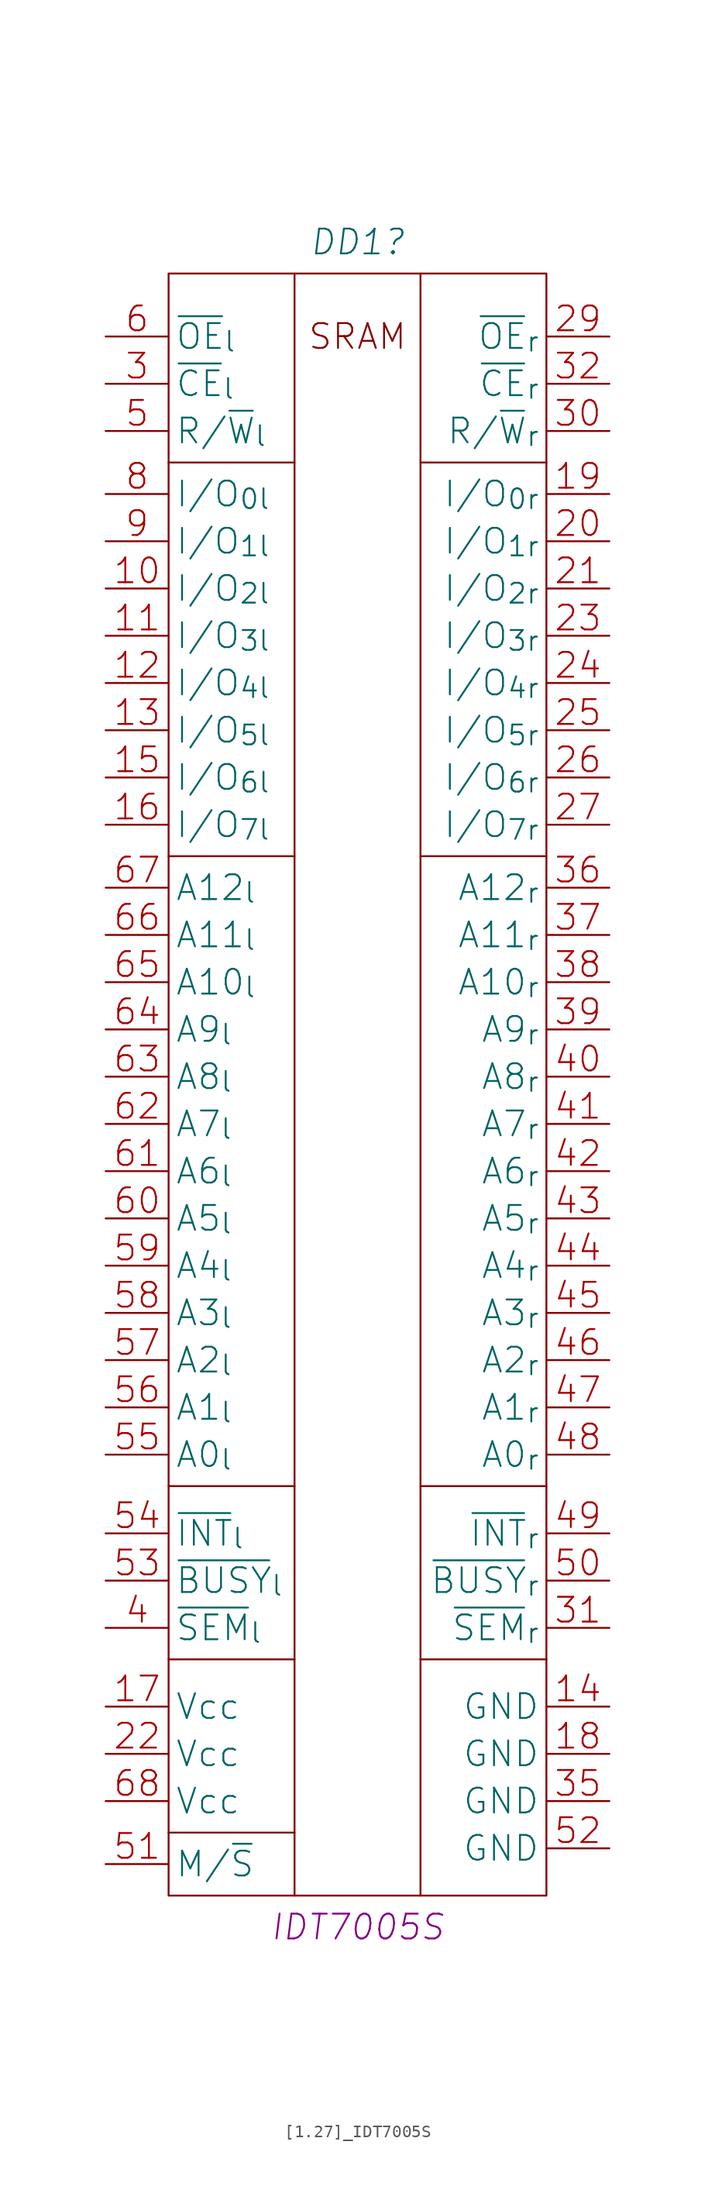
<source format=kicad_sym>
(kicad_symbol_lib
  (version 20220914)
  (generator kicad_symbol_editor)
  (symbol "[1.27]_IDT7005S"
    (property "Reference" "DD1"
      (at 20.32 7.62 0)
      (effects (font (size 2 2) italic)))
    (property "ValueName" "IDT7005S"
      (at 20.32 -128.27 0)
      (effects (font (size 2 2) italic)))
    (symbol "[1.27]_IDT7005S_0_1"
      (polyline (pts (xy 5.08 -120.65) (xy 15.24 -120.65)) (stroke (width 0) (type default)) (fill (type none)))
      (polyline (pts (xy 5.08 -106.68) (xy 15.24 -106.68)) (stroke (width 0) (type default)) (fill (type none)))
      (polyline (pts (xy 5.08 -92.71) (xy 15.24 -92.71)) (stroke (width 0) (type default)) (fill (type none)))
      (polyline (pts (xy 5.08 -41.91) (xy 15.24 -41.91)) (stroke (width 0) (type default)) (fill (type none)))
      (polyline (pts (xy 5.08 -10.16) (xy 15.24 -10.16)) (stroke (width 0) (type default)) (fill (type none)))
      (polyline (pts (xy 15.24 5.08) (xy 15.24 -125.73)) (stroke (width 0) (type default)) (fill (type none)))
      (polyline (pts (xy 25.4 -106.68) (xy 35.56 -106.68)) (stroke (width 0) (type default)) (fill (type none)))
      (polyline (pts (xy 25.4 -92.71) (xy 35.56 -92.71)) (stroke (width 0) (type default)) (fill (type none)))
      (polyline (pts (xy 25.4 -41.91) (xy 35.56 -41.91)) (stroke (width 0) (type default)) (fill (type none)))
      (polyline (pts (xy 25.4 -10.16) (xy 35.56 -10.16)) (stroke (width 0) (type default)) (fill (type none)))
      (polyline (pts (xy 25.4 5.08) (xy 25.4 -125.73)) (stroke (width 0) (type default)) (fill (type none)))
      (rectangle (start 5.08 5.08) (end 35.56 -125.73) (stroke (width 0) (type default)) (fill (type none))))
    (symbol "[1.27]_IDT7005S_1_1"
      (text "SRAM" (at 20.32 0 0) (effects (font (size 2 2))))
      (pin bidirectional line (at 0 -20.32 0) (length 5.08) (name "I/O_{2l}" (effects (font (size 2 2)))) (number "10" (effects (font (size 2 2)))))
      (pin bidirectional line (at 0 -24.13 0) (length 5.08) (name "I/O_{3l}" (effects (font (size 2 2)))) (number "11" (effects (font (size 2 2)))))
      (pin bidirectional line (at 0 -27.94 0) (length 5.08) (name "I/O_{4l}" (effects (font (size 2 2)))) (number "12" (effects (font (size 2 2)))))
      (pin bidirectional line (at 0 -31.75 0) (length 5.08) (name "I/O_{5l}" (effects (font (size 2 2)))) (number "13" (effects (font (size 2 2)))))
      (pin power_out line (at 40.64 -110.49 180) (length 5.08) (name "GND" (effects (font (size 2 2)))) (number "14" (effects (font (size 2 2)))))
      (pin bidirectional line (at 0 -35.56 0) (length 5.08) (name "I/O_{6l}" (effects (font (size 2 2)))) (number "15" (effects (font (size 2 2)))))
      (pin bidirectional line (at 0 -39.37 0) (length 5.08) (name "I/O_{7l}" (effects (font (size 2 2)))) (number "16" (effects (font (size 2 2)))))
      (pin power_in line (at 0 -110.49 0) (length 5.08) (name "Vcc" (effects (font (size 2 2)))) (number "17" (effects (font (size 2 2)))))
      (pin power_out line (at 40.64 -114.3 180) (length 5.08) (name "GND" (effects (font (size 2 2)))) (number "18" (effects (font (size 2 2)))))
      (pin bidirectional line (at 40.64 -12.7 180) (length 5.08) (name "I/O_{0r}" (effects (font (size 2 2)))) (number "19" (effects (font (size 2 2)))))
      (pin bidirectional line (at 40.64 -16.51 180) (length 5.08) (name "I/O_{1r}" (effects (font (size 2 2)))) (number "20" (effects (font (size 2 2)))))
      (pin bidirectional line (at 40.64 -20.32 180) (length 5.08) (name "I/O_{2r}" (effects (font (size 2 2)))) (number "21" (effects (font (size 2 2)))))
      (pin power_in line (at 0 -114.3 0) (length 5.08) (name "Vcc" (effects (font (size 2 2)))) (number "22" (effects (font (size 2 2)))))
      (pin bidirectional line (at 40.64 -24.13 180) (length 5.08) (name "I/O_{3r}" (effects (font (size 2 2)))) (number "23" (effects (font (size 2 2)))))
      (pin bidirectional line (at 40.64 -27.94 180) (length 5.08) (name "I/O_{4r}" (effects (font (size 2 2)))) (number "24" (effects (font (size 2 2)))))
      (pin bidirectional line (at 40.64 -31.75 180) (length 5.08) (name "I/O_{5r}" (effects (font (size 2 2)))) (number "25" (effects (font (size 2 2)))))
      (pin bidirectional line (at 40.64 -35.56 180) (length 5.08) (name "I/O_{6r}" (effects (font (size 2 2)))) (number "26" (effects (font (size 2 2)))))
      (pin bidirectional line (at 40.64 -39.37 180) (length 5.08) (name "I/O_{7r}" (effects (font (size 2 2)))) (number "27" (effects (font (size 2 2)))))
      (pin output line (at 40.64 0 180) (length 5.08) (name "~{OE}_{r}" (effects (font (size 2 2)))) (number "29" (effects (font (size 2 2)))))
      (pin input line (at 0 -3.81 0) (length 5.08) (name "~{СE}_{l}" (effects (font (size 2 2)))) (number "3" (effects (font (size 2 2)))))
      (pin input line (at 40.64 -7.62 180) (length 5.08) (name "R/~{W}_{r}" (effects (font (size 2 2)))) (number "30" (effects (font (size 2 2)))))
      (pin input line (at 40.64 -104.14 180) (length 5.08) (name "~{SEM}_{r}" (effects (font (size 2 2)))) (number "31" (effects (font (size 2 2)))))
      (pin input line (at 40.64 -3.81 180) (length 5.08) (name "~{СE}_{r}" (effects (font (size 2 2)))) (number "32" (effects (font (size 2 2)))))
      (pin power_out line (at 40.64 -118.11 180) (length 5.08) (name "GND" (effects (font (size 2 2)))) (number "35" (effects (font (size 2 2)))))
      (pin bidirectional line (at 40.64 -44.45 180) (length 5.08) (name "A12_{r}" (effects (font (size 2 2)))) (number "36" (effects (font (size 2 2)))))
      (pin bidirectional line (at 40.64 -48.26 180) (length 5.08) (name "A11_{r}" (effects (font (size 2 2)))) (number "37" (effects (font (size 2 2)))))
      (pin bidirectional line (at 40.64 -52.07 180) (length 5.08) (name "A10_{r}" (effects (font (size 2 2)))) (number "38" (effects (font (size 2 2)))))
      (pin bidirectional line (at 40.64 -55.88 180) (length 5.08) (name "A9_{r}" (effects (font (size 2 2)))) (number "39" (effects (font (size 2 2)))))
      (pin input line (at 0 -104.14 0) (length 5.08) (name "~{SEM}_{l}" (effects (font (size 2 2)))) (number "4" (effects (font (size 2 2)))))
      (pin bidirectional line (at 40.64 -59.69 180) (length 5.08) (name "A8_{r}" (effects (font (size 2 2)))) (number "40" (effects (font (size 2 2)))))
      (pin bidirectional line (at 40.64 -63.5 180) (length 5.08) (name "A7_{r}" (effects (font (size 2 2)))) (number "41" (effects (font (size 2 2)))))
      (pin bidirectional line (at 40.64 -67.31 180) (length 5.08) (name "A6_{r}" (effects (font (size 2 2)))) (number "42" (effects (font (size 2 2)))))
      (pin bidirectional line (at 40.64 -71.12 180) (length 5.08) (name "A5_{r}" (effects (font (size 2 2)))) (number "43" (effects (font (size 2 2)))))
      (pin bidirectional line (at 40.64 -74.93 180) (length 5.08) (name "A4_{r}" (effects (font (size 2 2)))) (number "44" (effects (font (size 2 2)))))
      (pin bidirectional line (at 40.64 -78.74 180) (length 5.08) (name "A3_{r}" (effects (font (size 2 2)))) (number "45" (effects (font (size 2 2)))))
      (pin bidirectional line (at 40.64 -82.55 180) (length 5.08) (name "A2_{r}" (effects (font (size 2 2)))) (number "46" (effects (font (size 2 2)))))
      (pin bidirectional line (at 40.64 -86.36 180) (length 5.08) (name "A1_{r}" (effects (font (size 2 2)))) (number "47" (effects (font (size 2 2)))))
      (pin bidirectional line (at 40.64 -90.17 180) (length 5.08) (name "A0_{r}" (effects (font (size 2 2)))) (number "48" (effects (font (size 2 2)))))
      (pin input line (at 40.64 -96.52 180) (length 5.08) (name "~{INT}_{r}" (effects (font (size 2 2)))) (number "49" (effects (font (size 2 2)))))
      (pin input line (at 0 -7.62 0) (length 5.08) (name "R/~{W}_{l}" (effects (font (size 2 2)))) (number "5" (effects (font (size 2 2)))))
      (pin bidirectional line (at 40.64 -100.33 180) (length 5.08) (name "~{BUSY}_{r}" (effects (font (size 2 2)))) (number "50" (effects (font (size 2 2)))))
      (pin bidirectional line (at 0 -123.19 0) (length 5.08) (name "M/~{S}" (effects (font (size 2 2)))) (number "51" (effects (font (size 2 2)))))
      (pin power_out line (at 40.64 -121.92 180) (length 5.08) (name "GND" (effects (font (size 2 2)))) (number "52" (effects (font (size 2 2)))))
      (pin bidirectional line (at 0 -100.33 0) (length 5.08) (name "~{BUSY}_{l}" (effects (font (size 2 2)))) (number "53" (effects (font (size 2 2)))))
      (pin input line (at 0 -96.52 0) (length 5.08) (name "~{INT}_{l}" (effects (font (size 2 2)))) (number "54" (effects (font (size 2 2)))))
      (pin bidirectional line (at 0 -90.17 0) (length 5.08) (name "A0_{l}" (effects (font (size 2 2)))) (number "55" (effects (font (size 2 2)))))
      (pin bidirectional line (at 0 -86.36 0) (length 5.08) (name "A1_{l}" (effects (font (size 2 2)))) (number "56" (effects (font (size 2 2)))))
      (pin bidirectional line (at 0 -82.55 0) (length 5.08) (name "A2_{l}" (effects (font (size 2 2)))) (number "57" (effects (font (size 2 2)))))
      (pin bidirectional line (at 0 -78.74 0) (length 5.08) (name "A3_{l}" (effects (font (size 2 2)))) (number "58" (effects (font (size 2 2)))))
      (pin bidirectional line (at 0 -74.93 0) (length 5.08) (name "A4_{l}" (effects (font (size 2 2)))) (number "59" (effects (font (size 2 2)))))
      (pin output line (at 0 0 0) (length 5.08) (name "~{OE}_{l}" (effects (font (size 2 2)))) (number "6" (effects (font (size 2 2)))))
      (pin bidirectional line (at 0 -71.12 0) (length 5.08) (name "A5_{l}" (effects (font (size 2 2)))) (number "60" (effects (font (size 2 2)))))
      (pin bidirectional line (at 0 -67.31 0) (length 5.08) (name "A6_{l}" (effects (font (size 2 2)))) (number "61" (effects (font (size 2 2)))))
      (pin bidirectional line (at 0 -63.5 0) (length 5.08) (name "A7_{l}" (effects (font (size 2 2)))) (number "62" (effects (font (size 2 2)))))
      (pin bidirectional line (at 0 -59.69 0) (length 5.08) (name "A8_{l}" (effects (font (size 2 2)))) (number "63" (effects (font (size 2 2)))))
      (pin bidirectional line (at 0 -55.88 0) (length 5.08) (name "A9_{l}" (effects (font (size 2 2)))) (number "64" (effects (font (size 2 2)))))
      (pin bidirectional line (at 0 -52.07 0) (length 5.08) (name "A10_{l}" (effects (font (size 2 2)))) (number "65" (effects (font (size 2 2)))))
      (pin bidirectional line (at 0 -48.26 0) (length 5.08) (name "A11_{l}" (effects (font (size 2 2)))) (number "66" (effects (font (size 2 2)))))
      (pin bidirectional line (at 0 -44.45 0) (length 5.08) (name "A12_{l}" (effects (font (size 2 2)))) (number "67" (effects (font (size 2 2)))))
      (pin power_in line (at 0 -118.11 0) (length 5.08) (name "Vcc" (effects (font (size 2 2)))) (number "68" (effects (font (size 2 2)))))
      (pin bidirectional line (at 0 -12.7 0) (length 5.08) (name "I/O_{0l}" (effects (font (size 2 2)))) (number "8" (effects (font (size 2 2)))))
      (pin bidirectional line (at 0 -16.51 0) (length 5.08) (name "I/O_{1l}" (effects (font (size 2 2)))) (number "9" (effects (font (size 2 2))))))))
</source>
